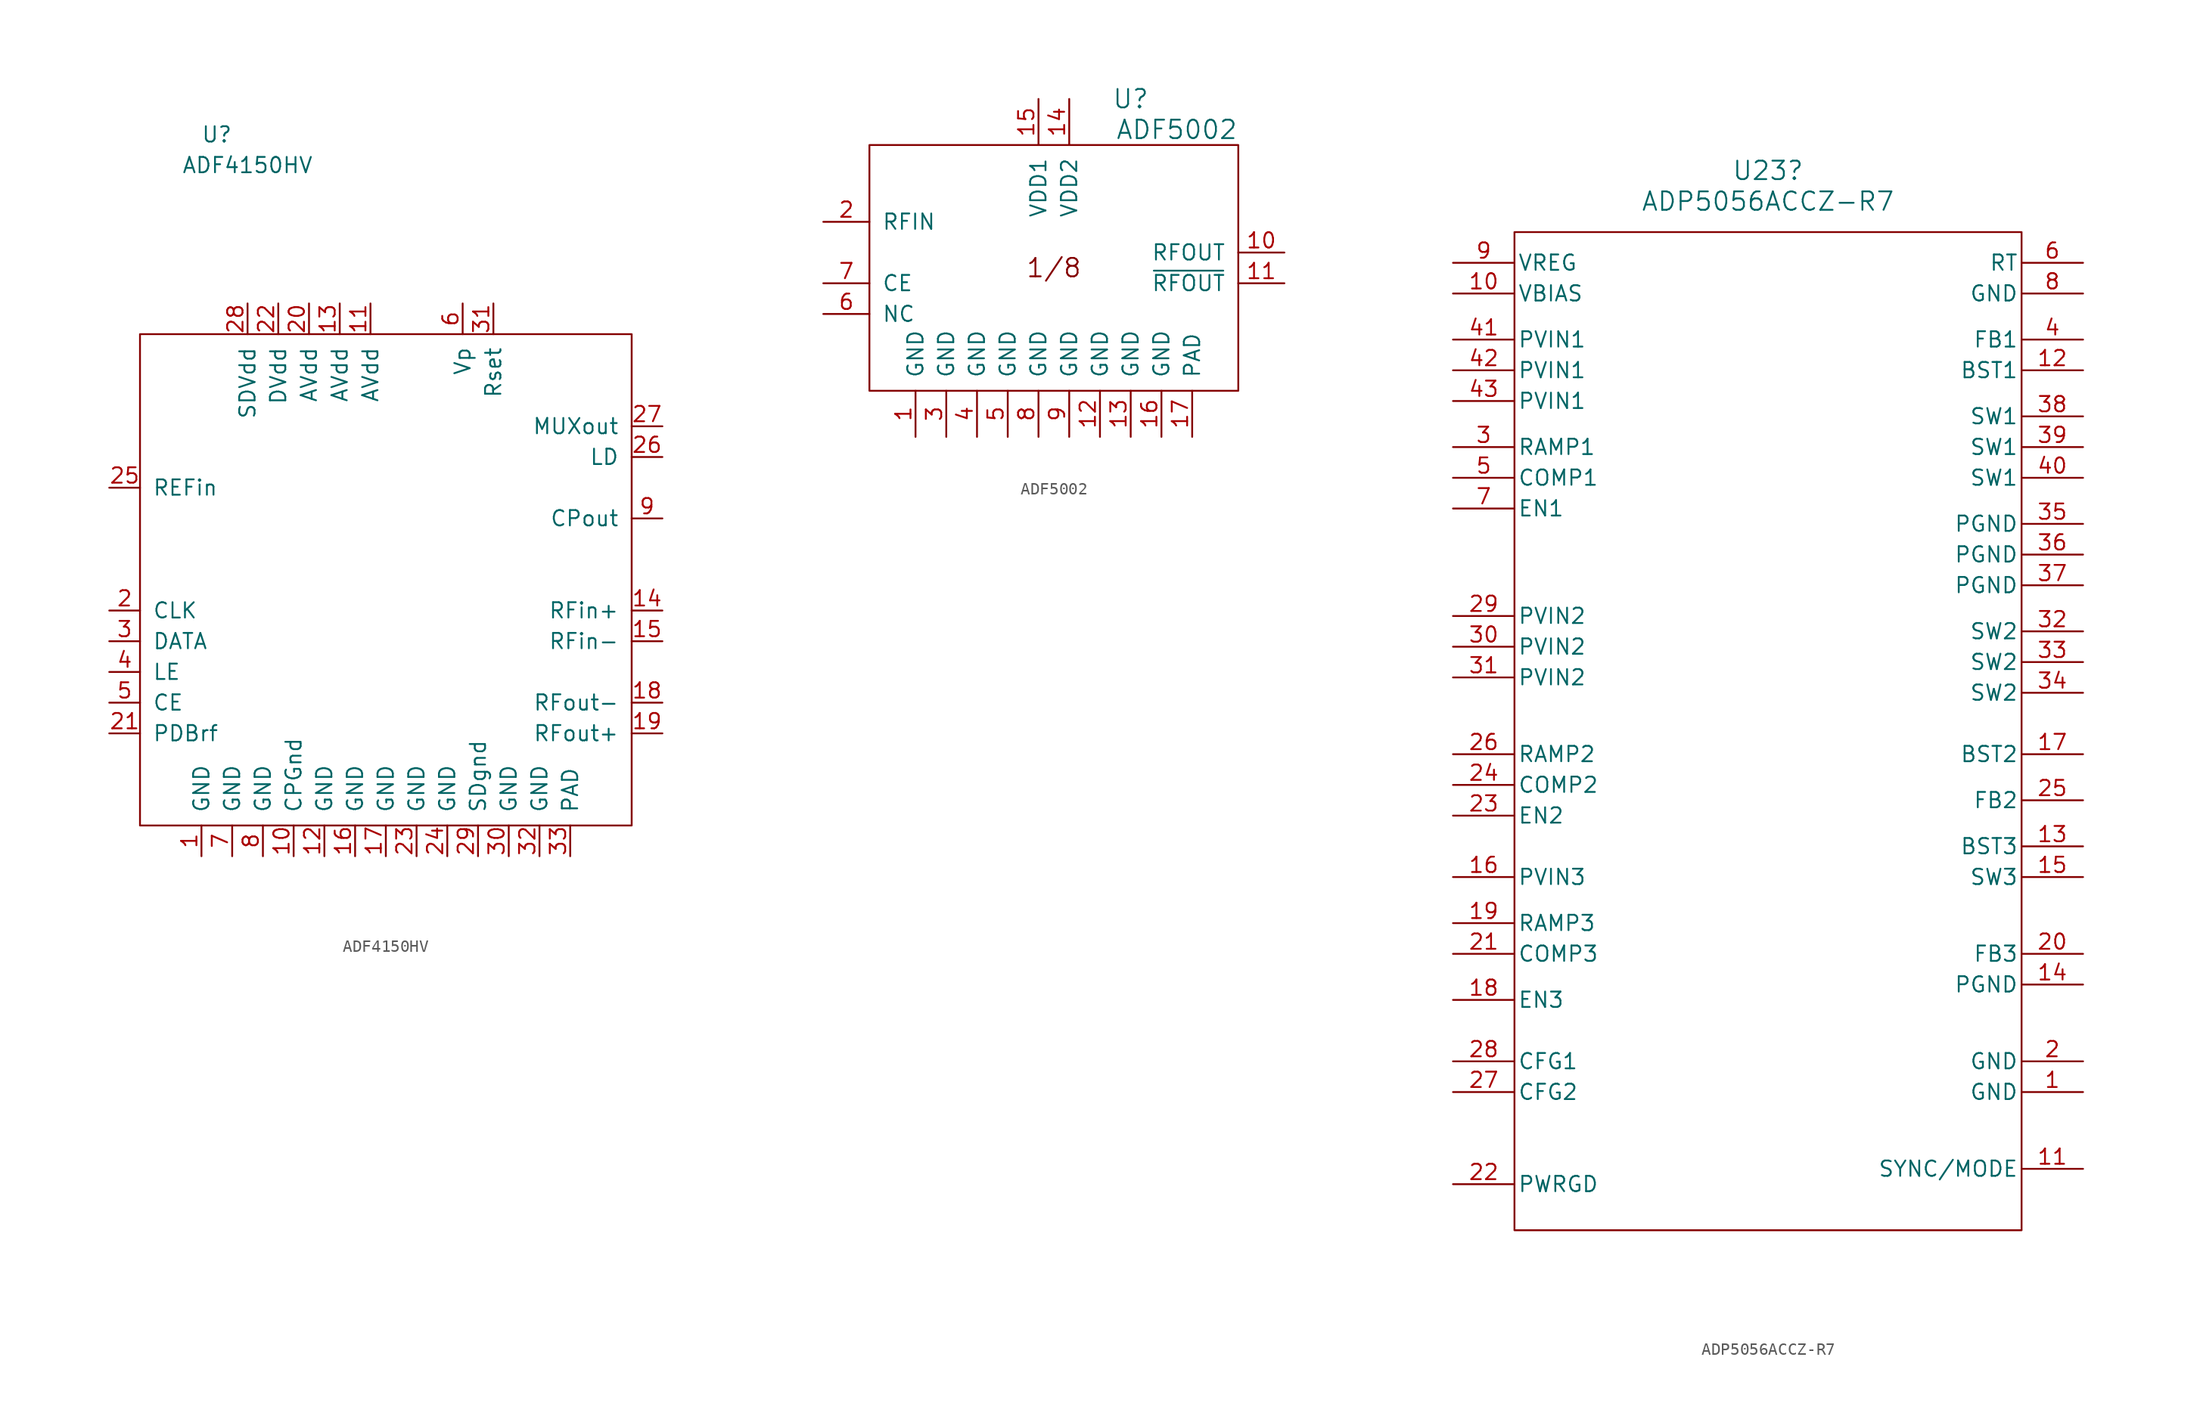
<source format=kicad_sym>
(kicad_symbol_lib
  (version 20231120)
  (generator "kicad_symbol_editor")
  (generator_version "8.0")
  (symbol "ADF4150HV"
    (pin_names
      (offset 1.016))
    (property "Reference" "U"
      (at -13.97 36.83 0)
      (effects (font (size 1.27 1.27))))
    (property "Value" "ADF4150HV"
      (at -11.43 34.29 0)
      (effects (font (size 1.27 1.27))))
    (symbol "ADF4150HV_0_1"
      (rectangle (start -20.32 20.32) (end 20.32 -20.32) (stroke (width 0) (type default)) (fill (type none))))
    (symbol "ADF4150HV_1_1"
      (pin passive line (at -15.24 -22.86 90) (length 2.54) (name "GND" (effects (font (size 1.27 1.27)))) (number "1" (effects (font (size 1.27 1.27)))))
      (pin passive line (at -7.62 -22.86 90) (length 2.54) (name "CPGnd" (effects (font (size 1.27 1.27)))) (number "10" (effects (font (size 1.27 1.27)))))
      (pin power_in line (at -1.27 22.86 270) (length 2.54) (name "AVdd" (effects (font (size 1.27 1.27)))) (number "11" (effects (font (size 1.27 1.27)))))
      (pin passive line (at -5.08 -22.86 90) (length 2.54) (name "GND" (effects (font (size 1.27 1.27)))) (number "12" (effects (font (size 1.27 1.27)))))
      (pin power_in line (at -3.81 22.86 270) (length 2.54) (name "AVdd" (effects (font (size 1.27 1.27)))) (number "13" (effects (font (size 1.27 1.27)))))
      (pin input line (at 22.86 -2.54 180) (length 2.54) (name "RFin+" (effects (font (size 1.27 1.27)))) (number "14" (effects (font (size 1.27 1.27)))))
      (pin input line (at 22.86 -5.08 180) (length 2.54) (name "RFin-" (effects (font (size 1.27 1.27)))) (number "15" (effects (font (size 1.27 1.27)))))
      (pin passive line (at -2.54 -22.86 90) (length 2.54) (name "GND" (effects (font (size 1.27 1.27)))) (number "16" (effects (font (size 1.27 1.27)))))
      (pin passive line (at 0 -22.86 90) (length 2.54) (name "GND" (effects (font (size 1.27 1.27)))) (number "17" (effects (font (size 1.27 1.27)))))
      (pin output line (at 22.86 -10.16 180) (length 2.54) (name "RFout-" (effects (font (size 1.27 1.27)))) (number "18" (effects (font (size 1.27 1.27)))))
      (pin output line (at 22.86 -12.7 180) (length 2.54) (name "RFout+" (effects (font (size 1.27 1.27)))) (number "19" (effects (font (size 1.27 1.27)))))
      (pin input line (at -22.86 -2.54 0) (length 2.54) (name "CLK" (effects (font (size 1.27 1.27)))) (number "2" (effects (font (size 1.27 1.27)))))
      (pin power_in line (at -6.35 22.86 270) (length 2.54) (name "AVdd" (effects (font (size 1.27 1.27)))) (number "20" (effects (font (size 1.27 1.27)))))
      (pin input line (at -22.86 -12.7 0) (length 2.54) (name "PDBrf" (effects (font (size 1.27 1.27)))) (number "21" (effects (font (size 1.27 1.27)))))
      (pin power_in line (at -8.89 22.86 270) (length 2.54) (name "DVdd" (effects (font (size 1.27 1.27)))) (number "22" (effects (font (size 1.27 1.27)))))
      (pin passive line (at 2.54 -22.86 90) (length 2.54) (name "GND" (effects (font (size 1.27 1.27)))) (number "23" (effects (font (size 1.27 1.27)))))
      (pin passive line (at 5.08 -22.86 90) (length 2.54) (name "GND" (effects (font (size 1.27 1.27)))) (number "24" (effects (font (size 1.27 1.27)))))
      (pin input line (at -22.86 7.62 0) (length 2.54) (name "REFin" (effects (font (size 1.27 1.27)))) (number "25" (effects (font (size 1.27 1.27)))))
      (pin output line (at 22.86 10.16 180) (length 2.54) (name "LD" (effects (font (size 1.27 1.27)))) (number "26" (effects (font (size 1.27 1.27)))))
      (pin output line (at 22.86 12.7 180) (length 2.54) (name "MUXout" (effects (font (size 1.27 1.27)))) (number "27" (effects (font (size 1.27 1.27)))))
      (pin power_in line (at -11.43 22.86 270) (length 2.54) (name "SDVdd" (effects (font (size 1.27 1.27)))) (number "28" (effects (font (size 1.27 1.27)))))
      (pin passive line (at 7.62 -22.86 90) (length 2.54) (name "SDgnd" (effects (font (size 1.27 1.27)))) (number "29" (effects (font (size 1.27 1.27)))))
      (pin input line (at -22.86 -5.08 0) (length 2.54) (name "DATA" (effects (font (size 1.27 1.27)))) (number "3" (effects (font (size 1.27 1.27)))))
      (pin passive line (at 10.16 -22.86 90) (length 2.54) (name "GND" (effects (font (size 1.27 1.27)))) (number "30" (effects (font (size 1.27 1.27)))))
      (pin passive line (at 8.89 22.86 270) (length 2.54) (name "Rset" (effects (font (size 1.27 1.27)))) (number "31" (effects (font (size 1.27 1.27)))))
      (pin passive line (at 12.7 -22.86 90) (length 2.54) (name "GND" (effects (font (size 1.27 1.27)))) (number "32" (effects (font (size 1.27 1.27)))))
      (pin passive line (at 15.24 -22.86 90) (length 2.54) (name "PAD" (effects (font (size 1.27 1.27)))) (number "33" (effects (font (size 1.27 1.27)))))
      (pin input line (at -22.86 -7.62 0) (length 2.54) (name "LE" (effects (font (size 1.27 1.27)))) (number "4" (effects (font (size 1.27 1.27)))))
      (pin input line (at -22.86 -10.16 0) (length 2.54) (name "CE" (effects (font (size 1.27 1.27)))) (number "5" (effects (font (size 1.27 1.27)))))
      (pin power_in line (at 6.35 22.86 270) (length 2.54) (name "Vp" (effects (font (size 1.27 1.27)))) (number "6" (effects (font (size 1.27 1.27)))))
      (pin passive line (at -12.7 -22.86 90) (length 2.54) (name "GND" (effects (font (size 1.27 1.27)))) (number "7" (effects (font (size 1.27 1.27)))))
      (pin passive line (at -10.16 -22.86 90) (length 2.54) (name "GND" (effects (font (size 1.27 1.27)))) (number "8" (effects (font (size 1.27 1.27)))))
      (pin output line (at 22.86 5.08 180) (length 2.54) (name "CPout" (effects (font (size 1.27 1.27)))) (number "9" (effects (font (size 1.27 1.27)))))))
  (symbol "ADF5002"
    (pin_names
      (offset 1.016))
    (property "Reference" "U"
      (at 6.35 13.97 0)
      (effects (font (size 1.524 1.524))))
    (property "Value" "ADF5002"
      (at 10.16 11.43 0)
      (effects (font (size 1.524 1.524))))
    (symbol "ADF5002_0_0"
      (text "1/8" (at 0 0 0) (effects (font (size 1.524 1.524)))))
    (symbol "ADF5002_0_1"
      (rectangle (start -15.24 -10.16) (end 15.24 10.16) (stroke (width 0) (type default)) (fill (type none))))
    (symbol "ADF5002_1_1"
      (pin input line (at -11.43 -13.97 90) (length 3.81) (name "GND" (effects (font (size 1.27 1.27)))) (number "1" (effects (font (size 1.27 1.27)))))
      (pin input line (at 19.05 1.27 180) (length 3.81) (name "RFOUT" (effects (font (size 1.27 1.27)))) (number "10" (effects (font (size 1.27 1.27)))))
      (pin input line (at 19.05 -1.27 180) (length 3.81) (name "~{RFOUT}" (effects (font (size 1.27 1.27)))) (number "11" (effects (font (size 1.27 1.27)))))
      (pin input line (at 3.81 -13.97 90) (length 3.81) (name "GND" (effects (font (size 1.27 1.27)))) (number "12" (effects (font (size 1.27 1.27)))))
      (pin input line (at 6.35 -13.97 90) (length 3.81) (name "GND" (effects (font (size 1.27 1.27)))) (number "13" (effects (font (size 1.27 1.27)))))
      (pin input line (at 1.27 13.97 270) (length 3.81) (name "VDD2" (effects (font (size 1.27 1.27)))) (number "14" (effects (font (size 1.27 1.27)))))
      (pin input line (at -1.27 13.97 270) (length 3.81) (name "VDD1" (effects (font (size 1.27 1.27)))) (number "15" (effects (font (size 1.27 1.27)))))
      (pin input line (at 8.89 -13.97 90) (length 3.81) (name "GND" (effects (font (size 1.27 1.27)))) (number "16" (effects (font (size 1.27 1.27)))))
      (pin input line (at 11.43 -13.97 90) (length 3.81) (name "PAD" (effects (font (size 1.27 1.27)))) (number "17" (effects (font (size 1.27 1.27)))))
      (pin input line (at -19.05 3.81 0) (length 3.81) (name "RFIN" (effects (font (size 1.27 1.27)))) (number "2" (effects (font (size 1.27 1.27)))))
      (pin input line (at -8.89 -13.97 90) (length 3.81) (name "GND" (effects (font (size 1.27 1.27)))) (number "3" (effects (font (size 1.27 1.27)))))
      (pin input line (at -6.35 -13.97 90) (length 3.81) (name "GND" (effects (font (size 1.27 1.27)))) (number "4" (effects (font (size 1.27 1.27)))))
      (pin input line (at -3.81 -13.97 90) (length 3.81) (name "GND" (effects (font (size 1.27 1.27)))) (number "5" (effects (font (size 1.27 1.27)))))
      (pin input line (at -19.05 -3.81 0) (length 3.81) (name "NC" (effects (font (size 1.27 1.27)))) (number "6" (effects (font (size 1.27 1.27)))))
      (pin input line (at -19.05 -1.27 0) (length 3.81) (name "CE" (effects (font (size 1.27 1.27)))) (number "7" (effects (font (size 1.27 1.27)))))
      (pin input line (at -1.27 -13.97 90) (length 3.81) (name "GND" (effects (font (size 1.27 1.27)))) (number "8" (effects (font (size 1.27 1.27)))))
      (pin input line (at 1.27 -13.97 90) (length 3.81) (name "GND" (effects (font (size 1.27 1.27)))) (number "9" (effects (font (size 1.27 1.27)))))))
  (symbol "ADP5056ACCZ-R7"
    (pin_names
      (offset 0.254))
    (property "Reference" "U23"
      (at 43.815 -1.27 0)
      (effects (font (size 1.524 1.524))))
    (property "Value" "ADP5056ACCZ-R7"
      (at 43.815 -3.81 0)
      (effects (font (size 1.524 1.524))))
    (symbol "ADP5056ACCZ-R7_0_1"
      (pin power_in line (at 17.78 -11.43 0) (length 5.08) (name "VBIAS" (effects (font (size 1.27 1.27)))) (number "10" (effects (font (size 1.27 1.27)))))
      (pin bidirectional line (at 69.85 -83.82 180) (length 5.08) (name "SYNC/MODE" (effects (font (size 1.27 1.27)))) (number "11" (effects (font (size 1.27 1.27)))))
      (pin bidirectional line (at 69.85 -17.78 180) (length 5.08) (name "BST1" (effects (font (size 1.27 1.27)))) (number "12" (effects (font (size 1.27 1.27)))))
      (pin bidirectional line (at 69.85 -57.15 180) (length 5.08) (name "BST3" (effects (font (size 1.27 1.27)))) (number "13" (effects (font (size 1.27 1.27)))))
      (pin power_out line (at 69.85 -68.58 180) (length 5.08) (name "PGND" (effects (font (size 1.27 1.27)))) (number "14" (effects (font (size 1.27 1.27)))))
      (pin output line (at 69.85 -59.69 180) (length 5.08) (name "SW3" (effects (font (size 1.27 1.27)))) (number "15" (effects (font (size 1.27 1.27)))))
      (pin power_in line (at 17.78 -59.69 0) (length 5.08) (name "PVIN3" (effects (font (size 1.27 1.27)))) (number "16" (effects (font (size 1.27 1.27)))))
      (pin bidirectional line (at 69.85 -49.53 180) (length 5.08) (name "BST2" (effects (font (size 1.27 1.27)))) (number "17" (effects (font (size 1.27 1.27)))))
      (pin input line (at 17.78 -69.85 0) (length 5.08) (name "EN3" (effects (font (size 1.27 1.27)))) (number "18" (effects (font (size 1.27 1.27)))))
      (pin bidirectional line (at 17.78 -63.5 0) (length 5.08) (name "RAMP3" (effects (font (size 1.27 1.27)))) (number "19" (effects (font (size 1.27 1.27)))))
      (pin power_out line (at 69.85 -74.93 180) (length 5.08) (name "GND" (effects (font (size 1.27 1.27)))) (number "2" (effects (font (size 1.27 1.27)))))
      (pin input line (at 69.85 -66.04 180) (length 5.08) (name "FB3" (effects (font (size 1.27 1.27)))) (number "20" (effects (font (size 1.27 1.27)))))
      (pin output line (at 17.78 -66.04 0) (length 5.08) (name "COMP3" (effects (font (size 1.27 1.27)))) (number "21" (effects (font (size 1.27 1.27)))))
      (pin output line (at 17.78 -85.09 0) (length 5.08) (name "PWRGD" (effects (font (size 1.27 1.27)))) (number "22" (effects (font (size 1.27 1.27)))))
      (pin input line (at 17.78 -54.61 0) (length 5.08) (name "EN2" (effects (font (size 1.27 1.27)))) (number "23" (effects (font (size 1.27 1.27)))))
      (pin output line (at 17.78 -52.07 0) (length 5.08) (name "COMP2" (effects (font (size 1.27 1.27)))) (number "24" (effects (font (size 1.27 1.27)))))
      (pin input line (at 69.85 -53.34 180) (length 5.08) (name "FB2" (effects (font (size 1.27 1.27)))) (number "25" (effects (font (size 1.27 1.27)))))
      (pin bidirectional line (at 17.78 -49.53 0) (length 5.08) (name "RAMP2" (effects (font (size 1.27 1.27)))) (number "26" (effects (font (size 1.27 1.27)))))
      (pin bidirectional line (at 17.78 -77.47 0) (length 5.08) (name "CFG2" (effects (font (size 1.27 1.27)))) (number "27" (effects (font (size 1.27 1.27)))))
      (pin bidirectional line (at 17.78 -74.93 0) (length 5.08) (name "CFG1" (effects (font (size 1.27 1.27)))) (number "28" (effects (font (size 1.27 1.27)))))
      (pin power_in line (at 17.78 -38.1 0) (length 5.08) (name "PVIN2" (effects (font (size 1.27 1.27)))) (number "29" (effects (font (size 1.27 1.27)))))
      (pin bidirectional line (at 17.78 -24.13 0) (length 5.08) (name "RAMP1" (effects (font (size 1.27 1.27)))) (number "3" (effects (font (size 1.27 1.27)))))
      (pin power_in line (at 17.78 -40.64 0) (length 5.08) (name "PVIN2" (effects (font (size 1.27 1.27)))) (number "30" (effects (font (size 1.27 1.27)))))
      (pin power_in line (at 17.78 -43.18 0) (length 5.08) (name "PVIN2" (effects (font (size 1.27 1.27)))) (number "31" (effects (font (size 1.27 1.27)))))
      (pin output line (at 69.85 -39.37 180) (length 5.08) (name "SW2" (effects (font (size 1.27 1.27)))) (number "32" (effects (font (size 1.27 1.27)))))
      (pin output line (at 69.85 -41.91 180) (length 5.08) (name "SW2" (effects (font (size 1.27 1.27)))) (number "33" (effects (font (size 1.27 1.27)))))
      (pin output line (at 69.85 -44.45 180) (length 5.08) (name "SW2" (effects (font (size 1.27 1.27)))) (number "34" (effects (font (size 1.27 1.27)))))
      (pin power_out line (at 69.85 -30.48 180) (length 5.08) (name "PGND" (effects (font (size 1.27 1.27)))) (number "35" (effects (font (size 1.27 1.27)))))
      (pin power_out line (at 69.85 -33.02 180) (length 5.08) (name "PGND" (effects (font (size 1.27 1.27)))) (number "36" (effects (font (size 1.27 1.27)))))
      (pin power_out line (at 69.85 -35.56 180) (length 5.08) (name "PGND" (effects (font (size 1.27 1.27)))) (number "37" (effects (font (size 1.27 1.27)))))
      (pin output line (at 69.85 -21.59 180) (length 5.08) (name "SW1" (effects (font (size 1.27 1.27)))) (number "38" (effects (font (size 1.27 1.27)))))
      (pin output line (at 69.85 -24.13 180) (length 5.08) (name "SW1" (effects (font (size 1.27 1.27)))) (number "39" (effects (font (size 1.27 1.27)))))
      (pin output line (at 69.85 -15.24 180) (length 5.08) (name "FB1" (effects (font (size 1.27 1.27)))) (number "4" (effects (font (size 1.27 1.27)))))
      (pin output line (at 69.85 -26.67 180) (length 5.08) (name "SW1" (effects (font (size 1.27 1.27)))) (number "40" (effects (font (size 1.27 1.27)))))
      (pin power_in line (at 17.78 -15.24 0) (length 5.08) (name "PVIN1" (effects (font (size 1.27 1.27)))) (number "41" (effects (font (size 1.27 1.27)))))
      (pin power_in line (at 17.78 -17.78 0) (length 5.08) (name "PVIN1" (effects (font (size 1.27 1.27)))) (number "42" (effects (font (size 1.27 1.27)))))
      (pin power_in line (at 17.78 -20.32 0) (length 5.08) (name "PVIN1" (effects (font (size 1.27 1.27)))) (number "43" (effects (font (size 1.27 1.27)))))
      (pin output line (at 17.78 -26.67 0) (length 5.08) (name "COMP1" (effects (font (size 1.27 1.27)))) (number "5" (effects (font (size 1.27 1.27)))))
      (pin unspecified line (at 69.85 -8.89 180) (length 5.08) (name "RT" (effects (font (size 1.27 1.27)))) (number "6" (effects (font (size 1.27 1.27)))))
      (pin input line (at 17.78 -29.21 0) (length 5.08) (name "EN1" (effects (font (size 1.27 1.27)))) (number "7" (effects (font (size 1.27 1.27)))))
      (pin power_out line (at 69.85 -11.43 180) (length 5.08) (name "GND" (effects (font (size 1.27 1.27)))) (number "8" (effects (font (size 1.27 1.27)))))
      (pin power_in line (at 17.78 -8.89 0) (length 5.08) (name "VREG" (effects (font (size 1.27 1.27)))) (number "9" (effects (font (size 1.27 1.27))))))
    (symbol "ADP5056ACCZ-R7_1_1"
      (rectangle (start 22.86 -6.35) (end 64.77 -88.9) (stroke (width 0) (type default)) (fill (type none)))
      (pin power_out line (at 69.85 -77.47 180) (length 5.08) (name "GND" (effects (font (size 1.27 1.27)))) (number "1" (effects (font (size 1.27 1.27))))))))
</source>
